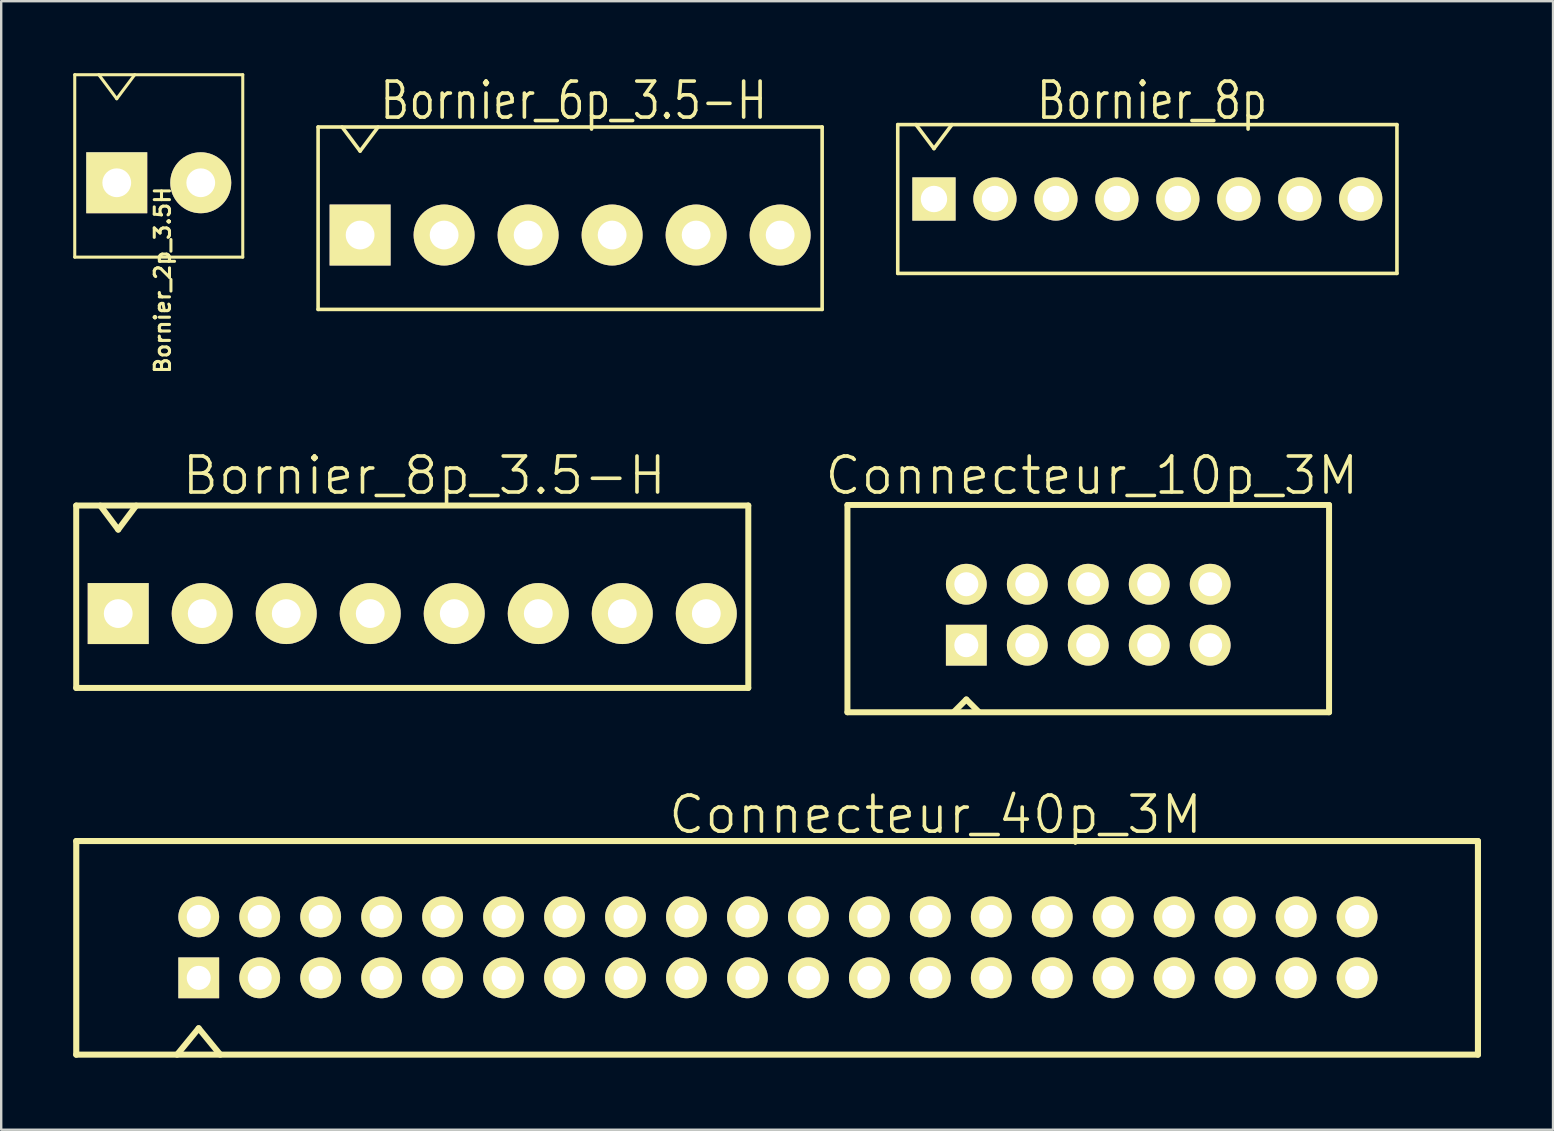
<source format=kicad_pcb>
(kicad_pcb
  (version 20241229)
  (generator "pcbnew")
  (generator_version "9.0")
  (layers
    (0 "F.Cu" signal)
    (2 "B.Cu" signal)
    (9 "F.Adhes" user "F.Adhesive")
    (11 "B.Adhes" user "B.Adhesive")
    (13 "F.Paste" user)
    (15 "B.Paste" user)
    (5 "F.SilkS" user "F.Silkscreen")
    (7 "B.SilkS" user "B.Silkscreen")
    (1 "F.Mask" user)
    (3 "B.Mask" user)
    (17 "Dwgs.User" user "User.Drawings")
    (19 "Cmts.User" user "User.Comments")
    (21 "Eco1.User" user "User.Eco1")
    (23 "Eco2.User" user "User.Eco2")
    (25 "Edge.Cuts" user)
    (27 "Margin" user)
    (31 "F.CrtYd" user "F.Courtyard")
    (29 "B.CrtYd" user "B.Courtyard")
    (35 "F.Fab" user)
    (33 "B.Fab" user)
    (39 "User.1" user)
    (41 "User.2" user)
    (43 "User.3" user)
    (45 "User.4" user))
  (footprint "Bornier_8p"
    (layer "F.Cu")
    (at 44.752 5.241)
    (property "Reference" "Bornier_8p" (at 0.201 -4.1 0) (layer "F.SilkS") (effects (font (size 1.501 1.199) (thickness 0.15))))
    (attr through_hole)
    (fp_line (start -10.399 -3.099) (end 10.399 -3.099) (stroke (width 0.15) (type solid)) (layer "F.SilkS"))
    (fp_line (start -10.399 3.099) (end -10.399 -3.099) (stroke (width 0.15) (type solid)) (layer "F.SilkS"))
    (fp_line (start -10.399 3.099) (end 10.399 3.099) (stroke (width 0.15) (type solid)) (layer "F.SilkS"))
    (fp_line (start -8.89 -2.101) (end -9.639 -3.099) (stroke (width 0.15) (type solid)) (layer "F.SilkS"))
    (fp_line (start -8.89 -2.101) (end -8.141 -3.099) (stroke (width 0.15) (type solid)) (layer "F.SilkS"))
    (fp_line (start 10.399 -3.099) (end 10.399 3.099) (stroke (width 0.15) (type solid)) (layer "F.SilkS"))
    (pad "1" thru_hole rect (at -8.89 0) (size 1.801 1.801) (drill 1.1) (layers "*.Cu" "*.Mask" "F.SilkS"))
    (pad "2" thru_hole circle (at -6.35 0) (size 1.801 1.801) (drill 1.1) (layers "*.Cu" "*.Mask" "F.SilkS"))
    (pad "3" thru_hole circle (at -3.81 0) (size 1.801 1.801) (drill 1.1) (layers "*.Cu" "*.Mask" "F.SilkS"))
    (pad "4" thru_hole circle (at -1.27 0) (size 1.801 1.801) (drill 1.1) (layers "*.Cu" "*.Mask" "F.SilkS"))
    (pad "5" thru_hole circle (at 1.27 0) (size 1.801 1.801) (drill 1.1) (layers "*.Cu" "*.Mask" "F.SilkS"))
    (pad "6" thru_hole circle (at 3.81 0) (size 1.801 1.801) (drill 1.1) (layers "*.Cu" "*.Mask" "F.SilkS"))
    (pad "7" thru_hole circle (at 6.35 0) (size 1.801 1.801) (drill 1.1) (layers "*.Cu" "*.Mask" "F.SilkS"))
    (pad "8" thru_hole circle (at 8.89 0) (size 1.801 1.801) (drill 1.1) (layers "*.Cu" "*.Mask" "F.SilkS")))
  (footprint "Connecteur_40p_3M"
    (layer "F.Cu")
    (at 5.227 37.69)
    (property "Reference" "Connecteur_40p_3M" (at 30.701 -6.8 0) (layer "F.SilkS") (effects (font (size 1.501 1.501) (thickness 0.15))))
    (attr through_hole)
    (fp_line (start -5.1 -5.7) (end -5.1 3.2) (stroke (width 0.254) (type solid)) (layer "F.SilkS"))
    (fp_line (start -5.1 3.2) (end 53.299 3.2) (stroke (width 0.254) (type solid)) (layer "F.SilkS"))
    (fp_line (start -0.899 3.2) (end 0 2.101) (stroke (width 0.254) (type solid)) (layer "F.SilkS"))
    (fp_line (start 0 2.101) (end 0.899 3.2) (stroke (width 0.254) (type solid)) (layer "F.SilkS"))
    (fp_line (start 53.299 -5.7) (end -5.1 -5.7) (stroke (width 0.254) (type solid)) (layer "F.SilkS"))
    (fp_line (start 53.299 3.2) (end 53.299 -5.7) (stroke (width 0.254) (type solid)) (layer "F.SilkS"))
    (pad "1" thru_hole rect (at 0.003 0) (size 1.699 1.699) (drill 1.001) (layers "*.Cu" "*.Mask" "F.SilkS"))
    (pad "2" thru_hole circle (at 0.003 -2.54) (size 1.699 1.699) (drill 1.001) (layers "*.Cu" "*.Mask" "F.SilkS"))
    (pad "3" thru_hole circle (at 2.543 0) (size 1.699 1.699) (drill 1.001) (layers "*.Cu" "*.Mask" "F.SilkS"))
    (pad "4" thru_hole circle (at 2.543 -2.54) (size 1.699 1.699) (drill 1.001) (layers "*.Cu" "*.Mask" "F.SilkS"))
    (pad "5" thru_hole circle (at 5.083 0) (size 1.699 1.699) (drill 1.001) (layers "*.Cu" "*.Mask" "F.SilkS"))
    (pad "6" thru_hole circle (at 5.083 -2.54) (size 1.699 1.699) (drill 1.001) (layers "*.Cu" "*.Mask" "F.SilkS"))
    (pad "7" thru_hole circle (at 7.623 0) (size 1.699 1.699) (drill 1.001) (layers "*.Cu" "*.Mask" "F.SilkS"))
    (pad "8" thru_hole circle (at 7.623 -2.54) (size 1.699 1.699) (drill 1.001) (layers "*.Cu" "*.Mask" "F.SilkS"))
    (pad "9" thru_hole circle (at 10.163 0) (size 1.699 1.699) (drill 1.001) (layers "*.Cu" "*.Mask" "F.SilkS"))
    (pad "10" thru_hole circle (at 10.163 -2.54) (size 1.699 1.699) (drill 1.001) (layers "*.Cu" "*.Mask" "F.SilkS"))
    (pad "11" thru_hole circle (at 12.703 0) (size 1.699 1.699) (drill 1.001) (layers "*.Cu" "*.Mask" "F.SilkS"))
    (pad "12" thru_hole circle (at 12.703 -2.54) (size 1.699 1.699) (drill 1.001) (layers "*.Cu" "*.Mask" "F.SilkS"))
    (pad "13" thru_hole circle (at 15.243 0) (size 1.699 1.699) (drill 1.001) (layers "*.Cu" "*.Mask" "F.SilkS"))
    (pad "14" thru_hole circle (at 15.243 -2.54) (size 1.699 1.699) (drill 1.001) (layers "*.Cu" "*.Mask" "F.SilkS"))
    (pad "15" thru_hole circle (at 17.783 0) (size 1.699 1.699) (drill 1.001) (layers "*.Cu" "*.Mask" "F.SilkS"))
    (pad "16" thru_hole circle (at 17.783 -2.54) (size 1.699 1.699) (drill 1.001) (layers "*.Cu" "*.Mask" "F.SilkS"))
    (pad "17" thru_hole circle (at 20.323 0) (size 1.699 1.699) (drill 1.001) (layers "*.Cu" "*.Mask" "F.SilkS"))
    (pad "18" thru_hole circle (at 20.323 -2.54) (size 1.699 1.699) (drill 1.001) (layers "*.Cu" "*.Mask" "F.SilkS"))
    (pad "19" thru_hole circle (at 22.863 0) (size 1.699 1.699) (drill 1.001) (layers "*.Cu" "*.Mask" "F.SilkS"))
    (pad "20" thru_hole circle (at 22.863 -2.54) (size 1.699 1.699) (drill 1.001) (layers "*.Cu" "*.Mask" "F.SilkS"))
    (pad "21" thru_hole circle (at 25.403 0) (size 1.699 1.699) (drill 1.001) (layers "*.Cu" "*.Mask" "F.SilkS"))
    (pad "22" thru_hole circle (at 25.403 -2.54) (size 1.699 1.699) (drill 1.001) (layers "*.Cu" "*.Mask" "F.SilkS"))
    (pad "23" thru_hole circle (at 27.943 0) (size 1.699 1.699) (drill 1.001) (layers "*.Cu" "*.Mask" "F.SilkS"))
    (pad "24" thru_hole circle (at 27.943 -2.54) (size 1.699 1.699) (drill 1.001) (layers "*.Cu" "*.Mask" "F.SilkS"))
    (pad "25" thru_hole circle (at 30.483 0) (size 1.699 1.699) (drill 1.001) (layers "*.Cu" "*.Mask" "F.SilkS"))
    (pad "26" thru_hole circle (at 30.483 -2.54) (size 1.699 1.699) (drill 1.001) (layers "*.Cu" "*.Mask" "F.SilkS"))
    (pad "27" thru_hole circle (at 33.023 0) (size 1.699 1.699) (drill 1.001) (layers "*.Cu" "*.Mask" "F.SilkS"))
    (pad "28" thru_hole circle (at 33.023 -2.54) (size 1.699 1.699) (drill 1.001) (layers "*.Cu" "*.Mask" "F.SilkS"))
    (pad "29" thru_hole circle (at 35.563 0) (size 1.699 1.699) (drill 1.001) (layers "*.Cu" "*.Mask" "F.SilkS"))
    (pad "30" thru_hole circle (at 35.563 -2.54) (size 1.699 1.699) (drill 1.001) (layers "*.Cu" "*.Mask" "F.SilkS"))
    (pad "31" thru_hole circle (at 38.103 0) (size 1.699 1.699) (drill 1.001) (layers "*.Cu" "*.Mask" "F.SilkS"))
    (pad "32" thru_hole circle (at 38.103 -2.54) (size 1.699 1.699) (drill 1.001) (layers "*.Cu" "*.Mask" "F.SilkS"))
    (pad "33" thru_hole circle (at 40.643 0) (size 1.699 1.699) (drill 1.001) (layers "*.Cu" "*.Mask" "F.SilkS"))
    (pad "34" thru_hole circle (at 40.643 -2.54) (size 1.699 1.699) (drill 1.001) (layers "*.Cu" "*.Mask" "F.SilkS"))
    (pad "35" thru_hole circle (at 43.183 0) (size 1.699 1.699) (drill 1.001) (layers "*.Cu" "*.Mask" "F.SilkS"))
    (pad "36" thru_hole circle (at 43.183 -2.54) (size 1.699 1.699) (drill 1.001) (layers "*.Cu" "*.Mask" "F.SilkS"))
    (pad "37" thru_hole circle (at 45.723 0) (size 1.699 1.699) (drill 1.001) (layers "*.Cu" "*.Mask" "F.SilkS"))
    (pad "38" thru_hole circle (at 45.723 -2.54) (size 1.699 1.699) (drill 1.001) (layers "*.Cu" "*.Mask" "F.SilkS"))
    (pad "39" thru_hole circle (at 48.263 0) (size 1.699 1.699) (drill 1.001) (layers "*.Cu" "*.Mask" "F.SilkS"))
    (pad "40" thru_hole circle (at 48.263 -2.54) (size 1.699 1.699) (drill 1.001) (layers "*.Cu" "*.Mask" "F.SilkS")))
  (footprint "Connecteur_10p_3M"
    (layer "F.Cu")
    (at 42.29 22.561)
    (property "Reference" "Connecteur_10p_3M" (at 0.15 -5.799 0) (layer "F.SilkS") (effects (font (size 1.501 1.501) (thickness 0.15))))
    (attr through_hole)
    (fp_line (start -10.033 -4.572) (end -10.033 4.064) (stroke (width 0.249) (type solid)) (layer "F.SilkS"))
    (fp_line (start -10.033 4.064) (end 10.033 4.064) (stroke (width 0.249) (type solid)) (layer "F.SilkS"))
    (fp_line (start -5.08 3.531) (end -5.588 4.039) (stroke (width 0.249) (type solid)) (layer "F.SilkS"))
    (fp_line (start -4.572 4.039) (end -5.08 3.531) (stroke (width 0.249) (type solid)) (layer "F.SilkS"))
    (fp_line (start 10.033 -4.572) (end -10.033 -4.572) (stroke (width 0.249) (type solid)) (layer "F.SilkS"))
    (fp_line (start 10.033 4.064) (end 10.033 -4.572) (stroke (width 0.249) (type solid)) (layer "F.SilkS"))
    (pad "1" thru_hole rect (at -5.08 1.27) (size 1.699 1.699) (drill 1.001) (layers "*.Cu" "*.Mask" "F.SilkS"))
    (pad "2" thru_hole circle (at -5.08 -1.27) (size 1.699 1.699) (drill 1.001) (layers "*.Cu" "*.Mask" "F.SilkS"))
    (pad "3" thru_hole circle (at -2.54 1.27) (size 1.699 1.699) (drill 1.001) (layers "*.Cu" "*.Mask" "F.SilkS"))
    (pad "4" thru_hole circle (at -2.54 -1.27) (size 1.699 1.699) (drill 1.001) (layers "*.Cu" "*.Mask" "F.SilkS"))
    (pad "5" thru_hole circle (at 0 1.27) (size 1.699 1.699) (drill 1.001) (layers "*.Cu" "*.Mask" "F.SilkS"))
    (pad "6" thru_hole circle (at 0 -1.27) (size 1.699 1.699) (drill 1.001) (layers "*.Cu" "*.Mask" "F.SilkS"))
    (pad "7" thru_hole circle (at 2.54 1.27) (size 1.699 1.699) (drill 1.001) (layers "*.Cu" "*.Mask" "F.SilkS"))
    (pad "8" thru_hole circle (at 2.54 -1.27) (size 1.699 1.699) (drill 1.001) (layers "*.Cu" "*.Mask" "F.SilkS"))
    (pad "9" thru_hole circle (at 5.08 1.27) (size 1.699 1.699) (drill 1.001) (layers "*.Cu" "*.Mask" "F.SilkS"))
    (pad "10" thru_hole circle (at 5.08 -1.27) (size 1.699 1.699) (drill 1.001) (layers "*.Cu" "*.Mask" "F.SilkS")))
  (footprint "Bornier_2p_3.5H"
    (layer "F.Cu")
    (at 3.564 4.564)
    (property "Reference" "Bornier_2p_3.5H" (at 0.16 4.059 90) (layer "F.SilkS") (effects (font (size 0.635 0.635) (thickness 0.127))))
    (attr through_hole)
    (fp_line (start -3.5 -4.501) (end -3.5 3.099) (stroke (width 0.127) (type solid)) (layer "F.SilkS"))
    (fp_line (start -3.5 3.099) (end 3.5 3.099) (stroke (width 0.127) (type solid)) (layer "F.SilkS"))
    (fp_line (start -1.75 -3.5) (end -2.499 -4.501) (stroke (width 0.127) (type solid)) (layer "F.SilkS"))
    (fp_line (start -1.001 -4.501) (end -1.75 -3.5) (stroke (width 0.127) (type solid)) (layer "F.SilkS"))
    (fp_line (start 3.5 -4.501) (end -3.5 -4.501) (stroke (width 0.127) (type solid)) (layer "F.SilkS"))
    (fp_line (start 3.5 3.099) (end 3.5 -4.501) (stroke (width 0.127) (type solid)) (layer "F.SilkS"))
    (pad "1" thru_hole rect (at -1.75 0) (size 2.54 2.54) (drill 1.199) (layers "*.Cu" "*.Mask" "F.SilkS"))
    (pad "2" thru_hole circle (at 1.75 0) (size 2.54 2.54) (drill 1.199) (layers "*.Cu" "*.Mask" "F.SilkS")))
  (footprint "Bornier_6p_3.5-H"
    (layer "F.Cu")
    (at 20.703 6.742)
    (property "Reference" "Bornier_6p_3.5-H" (at 0.15 -5.601 0) (layer "F.SilkS") (effects (font (size 1.501 1.199) (thickness 0.15))))
    (attr through_hole)
    (fp_line (start -10.5 -4.501) (end -10.5 3.099) (stroke (width 0.15) (type solid)) (layer "F.SilkS"))
    (fp_line (start -10.5 -4.501) (end 10.5 -4.501) (stroke (width 0.15) (type solid)) (layer "F.SilkS"))
    (fp_line (start -8.75 -3.498) (end -9.5 -4.498) (stroke (width 0.15) (type solid)) (layer "F.SilkS"))
    (fp_line (start -8.001 -4.498) (end -8.75 -3.498) (stroke (width 0.15) (type solid)) (layer "F.SilkS"))
    (fp_line (start 10.5 3.099) (end -10.5 3.099) (stroke (width 0.15) (type solid)) (layer "F.SilkS"))
    (fp_line (start 10.5 3.099) (end 10.5 -4.501) (stroke (width 0.15) (type solid)) (layer "F.SilkS"))
    (pad "1" thru_hole rect (at -8.75 0) (size 2.54 2.54) (drill 1.199) (layers "*.Cu" "*.Mask" "F.SilkS"))
    (pad "2" thru_hole circle (at -5.25 0) (size 2.54 2.54) (drill 1.199) (layers "*.Cu" "*.Mask" "F.SilkS"))
    (pad "3" thru_hole circle (at -1.75 0) (size 2.54 2.54) (drill 1.199) (layers "*.Cu" "*.Mask" "F.SilkS"))
    (pad "4" thru_hole circle (at 1.75 0) (size 2.54 2.54) (drill 1.199) (layers "*.Cu" "*.Mask" "F.SilkS"))
    (pad "5" thru_hole circle (at 5.25 0) (size 2.54 2.54) (drill 1.199) (layers "*.Cu" "*.Mask" "F.SilkS"))
    (pad "6" thru_hole circle (at 8.75 0) (size 2.54 2.54) (drill 1.199) (layers "*.Cu" "*.Mask" "F.SilkS")))
  (footprint "Bornier_8p_3.5-H"
    (layer "F.Cu")
    (at 1.875 22.513)
    (property "Reference" "Bornier_8p_3.5-H" (at 12.751 -5.751 0) (layer "F.SilkS") (effects (font (size 1.501 1.501) (thickness 0.15))))
    (attr through_hole)
    (fp_line (start -1.75 -4.501) (end -1.75 3.099) (stroke (width 0.249) (type solid)) (layer "F.SilkS"))
    (fp_line (start -1.75 -4.501) (end 26.251 -4.501) (stroke (width 0.249) (type solid)) (layer "F.SilkS"))
    (fp_line (start -1.75 3.099) (end 26.251 3.099) (stroke (width 0.249) (type solid)) (layer "F.SilkS"))
    (fp_line (start 0 -3.498) (end -0.749 -4.498) (stroke (width 0.249) (type solid)) (layer "F.SilkS"))
    (fp_line (start 0.749 -4.498) (end 0 -3.498) (stroke (width 0.249) (type solid)) (layer "F.SilkS"))
    (fp_line (start 26.251 3.099) (end 26.251 -4.501) (stroke (width 0.249) (type solid)) (layer "F.SilkS"))
    (pad "1" thru_hole rect (at 0 0) (size 2.54 2.54) (drill 1.199) (layers "*.Cu" "*.Mask" "F.SilkS"))
    (pad "2" thru_hole circle (at 3.5 0) (size 2.54 2.54) (drill 1.199) (layers "*.Cu" "*.Mask" "F.SilkS"))
    (pad "3" thru_hole circle (at 7 0) (size 2.54 2.54) (drill 1.199) (layers "*.Cu" "*.Mask" "F.SilkS"))
    (pad "4" thru_hole circle (at 10.5 0) (size 2.54 2.54) (drill 1.199) (layers "*.Cu" "*.Mask" "F.SilkS"))
    (pad "5" thru_hole circle (at 14 0) (size 2.54 2.54) (drill 1.199) (layers "*.Cu" "*.Mask" "F.SilkS"))
    (pad "6" thru_hole circle (at 17.501 0) (size 2.54 2.54) (drill 1.199) (layers "*.Cu" "*.Mask" "F.SilkS"))
    (pad "7" thru_hole circle (at 21.001 0) (size 2.54 2.54) (drill 1.199) (layers "*.Cu" "*.Mask" "F.SilkS"))
    (pad "8" thru_hole circle (at 24.501 0) (size 2.54 2.54) (drill 1.199) (layers "*.Cu" "*.Mask" "F.SilkS")))
  (gr_rect
    (start -3 -3)
    (end 61.654 44.017)
    (stroke (width 0.1) (type default))
    (fill no)
    (layer "Edge.Cuts")))
</source>
